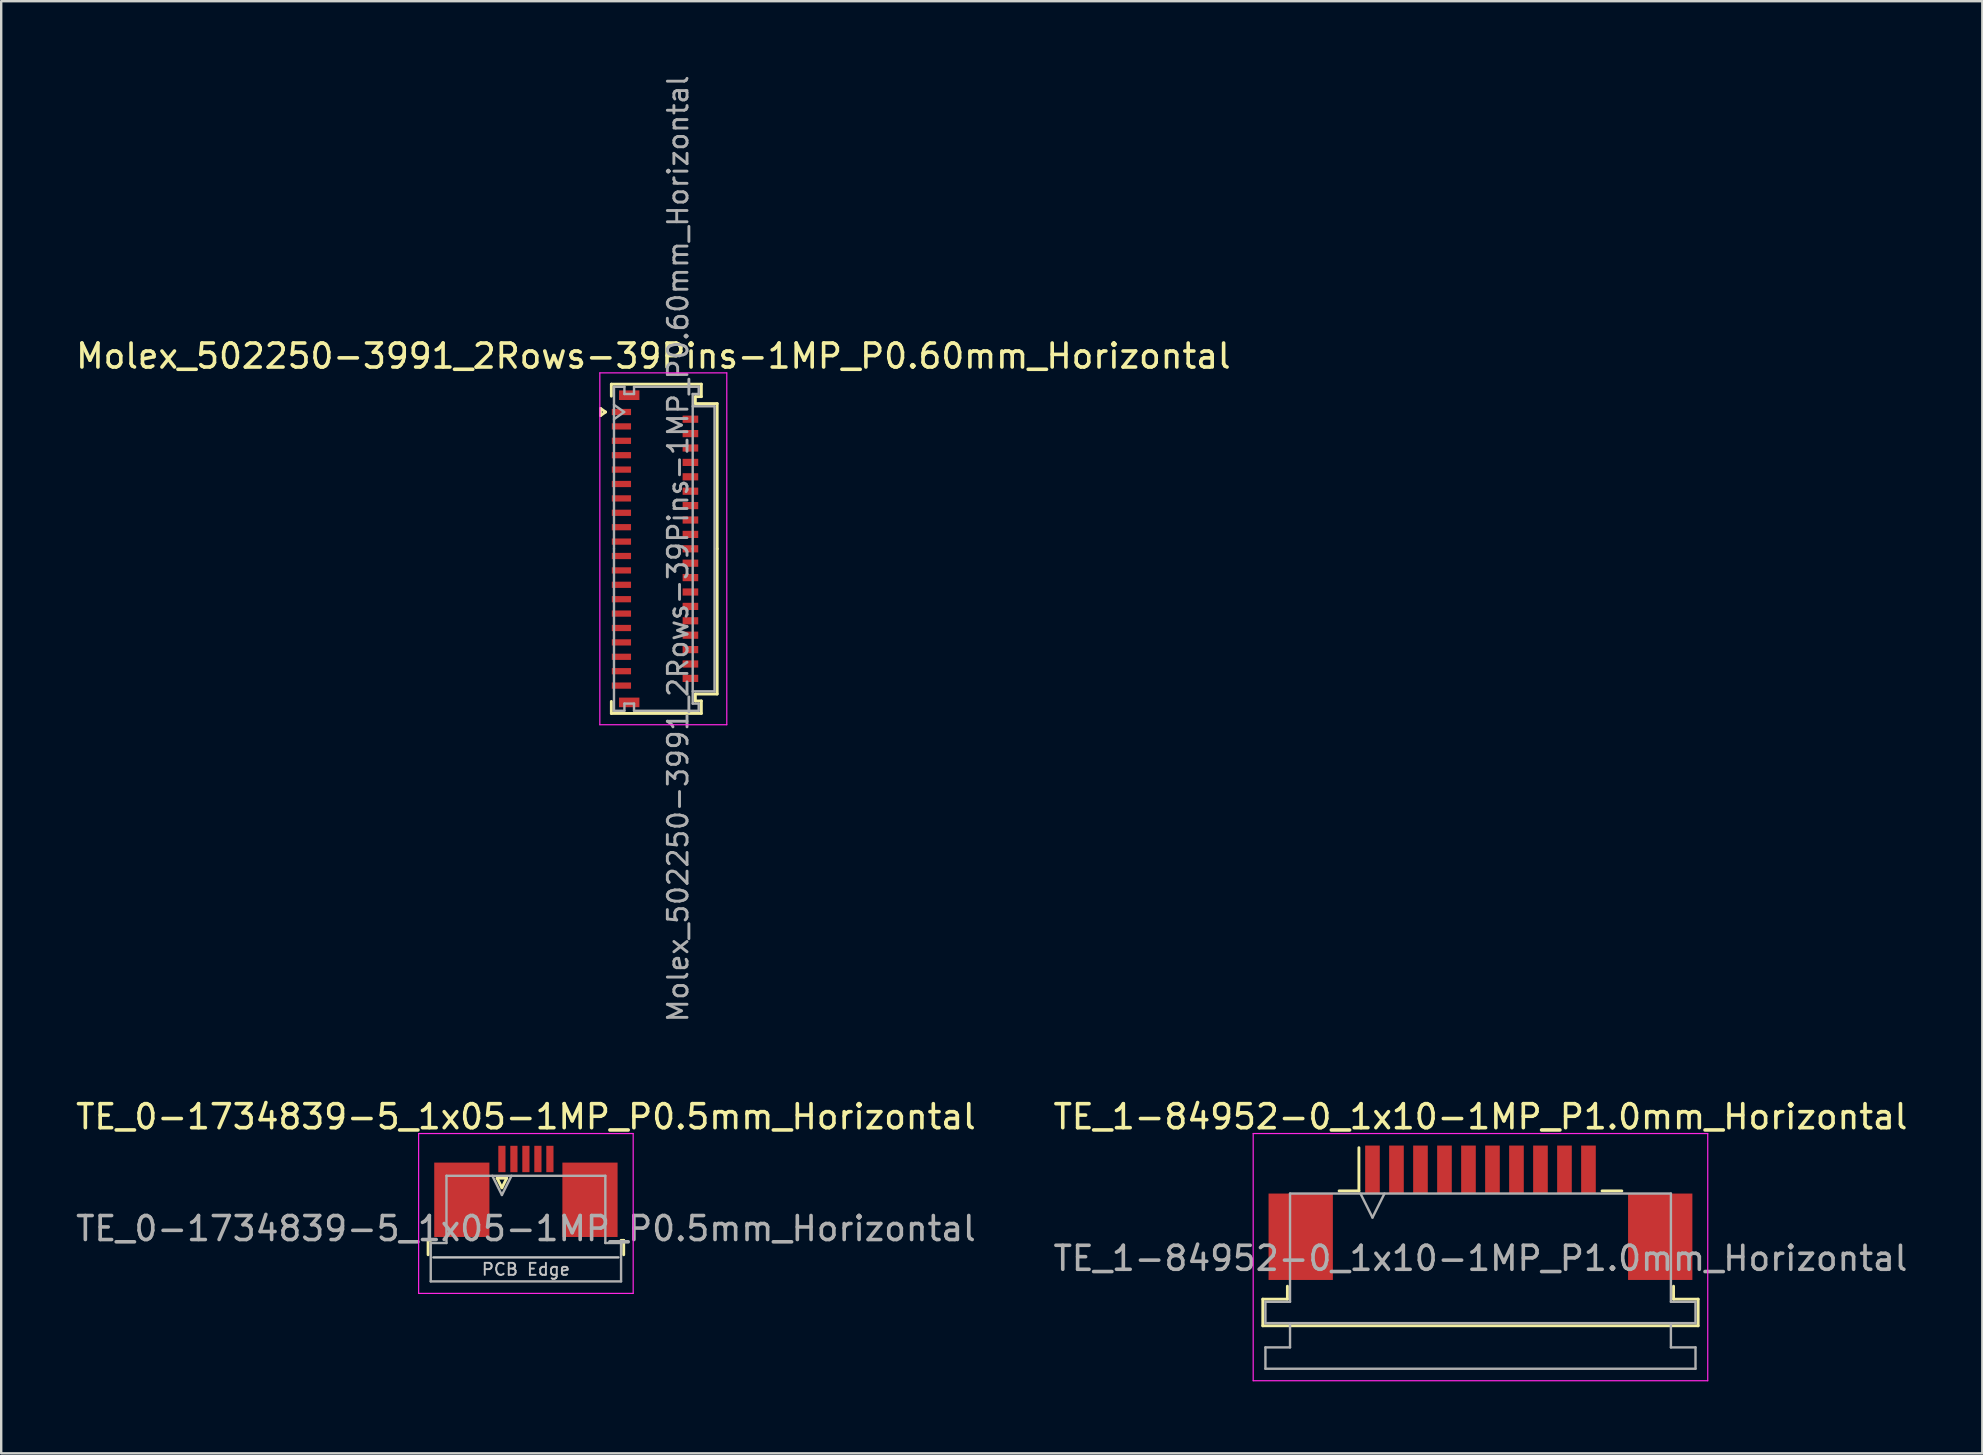
<source format=kicad_pcb>
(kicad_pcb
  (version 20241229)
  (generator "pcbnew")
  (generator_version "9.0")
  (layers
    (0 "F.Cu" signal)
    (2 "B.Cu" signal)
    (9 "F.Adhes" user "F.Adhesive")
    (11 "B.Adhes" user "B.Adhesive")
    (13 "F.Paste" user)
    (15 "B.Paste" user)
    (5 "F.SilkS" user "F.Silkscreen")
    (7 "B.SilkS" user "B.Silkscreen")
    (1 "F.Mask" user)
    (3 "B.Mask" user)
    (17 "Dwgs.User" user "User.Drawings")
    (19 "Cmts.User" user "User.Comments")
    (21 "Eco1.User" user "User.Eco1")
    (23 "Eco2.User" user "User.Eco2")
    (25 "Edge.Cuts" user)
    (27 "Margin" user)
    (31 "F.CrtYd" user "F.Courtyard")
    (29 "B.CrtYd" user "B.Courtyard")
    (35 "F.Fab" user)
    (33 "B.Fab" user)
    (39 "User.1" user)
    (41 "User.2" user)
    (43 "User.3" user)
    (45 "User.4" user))
  (footprint "TE_0-1734839-5_1x05-1MP_P0.5mm_Horizontal"
    (layer "F.Cu")
    (at 18.863 46.592)
    (property "Reference" "TE_0-1734839-5_1x05-1MP_P0.5mm_Horizontal" (at 0 -3.11 0) (layer "F.SilkS") (effects (font (size 1 1) (thickness 0.15))))
    (attr smd)
    (fp_line (start -4.075 2.04) (end -4.075 2.64) (stroke (width 0.12) (type solid)) (layer "F.SilkS"))
    (fp_line (start -3.965 2.04) (end -4.075 2.04) (stroke (width 0.12) (type solid)) (layer "F.SilkS"))
    (fp_line (start -1.2 -0.55) (end -1 -0.15) (stroke (width 0.12) (type solid)) (layer "F.SilkS"))
    (fp_line (start -1 -0.15) (end -0.8 -0.55) (stroke (width 0.12) (type solid)) (layer "F.SilkS"))
    (fp_line (start -0.8 -0.55) (end -1.2 -0.55) (stroke (width 0.12) (type solid)) (layer "F.SilkS"))
    (fp_line (start 3.965 2.04) (end 4.075 2.04) (stroke (width 0.12) (type solid)) (layer "F.SilkS"))
    (fp_line (start 4.075 2.04) (end 4.075 2.64) (stroke (width 0.12) (type solid)) (layer "F.SilkS"))
    (fp_line (start 3.855 2.75) (end -3.855 2.75) (stroke (width 0.1) (type solid)) (layer "Dwgs.User"))
    (fp_line (start -4.47 -2.41) (end -4.47 4.25) (stroke (width 0.05) (type solid)) (layer "F.CrtYd"))
    (fp_line (start -4.47 4.25) (end 4.47 4.25) (stroke (width 0.05) (type solid)) (layer "F.CrtYd"))
    (fp_line (start 4.47 -2.41) (end -4.47 -2.41) (stroke (width 0.05) (type solid)) (layer "F.CrtYd"))
    (fp_line (start 4.47 4.25) (end 4.47 -2.41) (stroke (width 0.05) (type solid)) (layer "F.CrtYd"))
    (fp_line (start -3.965 2.15) (end -3.31 2.15) (stroke (width 0.1) (type solid)) (layer "F.Fab"))
    (fp_line (start -3.965 3.75) (end -3.965 2.15) (stroke (width 0.1) (type solid)) (layer "F.Fab"))
    (fp_line (start -3.31 -0.65) (end 3.31 -0.65) (stroke (width 0.1) (type solid)) (layer "F.Fab"))
    (fp_line (start -3.31 2.15) (end -3.31 -0.65) (stroke (width 0.1) (type solid)) (layer "F.Fab"))
    (fp_line (start -1.4 -0.65) (end -1 0.15) (stroke (width 0.1) (type solid)) (layer "F.Fab"))
    (fp_line (start -1 0.15) (end -0.6 -0.65) (stroke (width 0.1) (type solid)) (layer "F.Fab"))
    (fp_line (start 3.31 -0.65) (end 3.31 2.15) (stroke (width 0.1) (type solid)) (layer "F.Fab"))
    (fp_line (start 3.31 2.15) (end 3.965 2.15) (stroke (width 0.1) (type solid)) (layer "F.Fab"))
    (fp_line (start 3.965 2.15) (end 3.965 3.75) (stroke (width 0.1) (type solid)) (layer "F.Fab"))
    (fp_line (start 3.965 3.75) (end -3.965 3.75) (stroke (width 0.1) (type solid)) (layer "F.Fab"))
    (fp_text user "PCB Edge" (at 0 3.25 0) (layer "Dwgs.User") (effects (font (size 0.5 0.5) (thickness 0.08))))
    (fp_text user "${REFERENCE}" (at 0 1.55 0) (layer "F.Fab") (effects (font (size 1 1) (thickness 0.15))))
    (pad "1" smd rect (at -1 -1.35) (size 0.3 1.1) (layers "F.Cu" "F.Mask" "F.Paste"))
    (pad "2" smd rect (at -0.5 -1.35) (size 0.3 1.1) (layers "F.Cu" "F.Mask" "F.Paste"))
    (pad "3" smd rect (at 0 -1.35) (size 0.3 1.1) (layers "F.Cu" "F.Mask" "F.Paste"))
    (pad "4" smd rect (at 0.5 -1.35) (size 0.3 1.1) (layers "F.Cu" "F.Mask" "F.Paste"))
    (pad "5" smd rect (at 1 -1.35) (size 0.3 1.1) (layers "F.Cu" "F.Mask" "F.Paste"))
    (pad "MP" smd rect (at -2.67 0.35) (size 2.3 3.1) (layers "F.Cu" "F.Mask" "F.Paste"))
    (pad "MP" smd rect (at 2.67 0.35) (size 2.3 3.1) (layers "F.Cu" "F.Mask" "F.Paste")))
  (footprint "Molex_502250-3991_2Rows-39Pins-1MP_P0.60mm_Horizontal"
    (layer "F.Cu")
    (at 24.243 19.817)
    (property "Reference" "Molex_502250-3991_2Rows-39Pins-1MP_P0.60mm_Horizontal" (at -0.07 -8.03 0) (layer "F.SilkS") (effects (font (size 1 1) (thickness 0.15))))
    (attr smd)
    (fp_line (start -2.272 -5.85) (end -2.06 -5.7) (stroke (width 0.12) (type solid)) (layer "F.SilkS"))
    (fp_line (start -2.272 -5.55) (end -2.272 -5.85) (stroke (width 0.12) (type solid)) (layer "F.SilkS"))
    (fp_line (start -2.06 -5.7) (end -2.272 -5.55) (stroke (width 0.12) (type solid)) (layer "F.SilkS"))
    (fp_line (start -1.82 -6.86) (end 1.93 -6.86) (stroke (width 0.12) (type solid)) (layer "F.SilkS"))
    (fp_line (start -1.82 -6.36) (end -1.82 -6.86) (stroke (width 0.12) (type solid)) (layer "F.SilkS"))
    (fp_line (start -1.82 6.36) (end -1.82 6.86) (stroke (width 0.12) (type solid)) (layer "F.SilkS"))
    (fp_line (start -1.82 6.86) (end 1.93 6.86) (stroke (width 0.12) (type solid)) (layer "F.SilkS"))
    (fp_line (start 1.68 -6.34) (end 1.68 -6.05) (stroke (width 0.12) (type solid)) (layer "F.SilkS"))
    (fp_line (start 1.68 -6.05) (end 2.59 -6.05) (stroke (width 0.12) (type solid)) (layer "F.SilkS"))
    (fp_line (start 1.68 6.05) (end 2.59 6.05) (stroke (width 0.12) (type solid)) (layer "F.SilkS"))
    (fp_line (start 1.68 6.34) (end 1.68 6.05) (stroke (width 0.12) (type solid)) (layer "F.SilkS"))
    (fp_line (start 1.93 -6.86) (end 1.93 -6.34) (stroke (width 0.12) (type solid)) (layer "F.SilkS"))
    (fp_line (start 1.93 -6.34) (end 1.68 -6.34) (stroke (width 0.12) (type solid)) (layer "F.SilkS"))
    (fp_line (start 1.93 6.34) (end 1.68 6.34) (stroke (width 0.12) (type solid)) (layer "F.SilkS"))
    (fp_line (start 1.93 6.86) (end 1.93 6.34) (stroke (width 0.12) (type solid)) (layer "F.SilkS"))
    (fp_line (start 2.59 -6.05) (end 2.59 0) (stroke (width 0.12) (type solid)) (layer "F.SilkS"))
    (fp_line (start 2.59 6.05) (end 2.59 0) (stroke (width 0.12) (type solid)) (layer "F.SilkS"))
    (fp_line (start -2.3 -7.33) (end -2.3 7.33) (stroke (width 0.05) (type solid)) (layer "F.CrtYd"))
    (fp_line (start -2.3 7.33) (end 2.99 7.33) (stroke (width 0.05) (type solid)) (layer "F.CrtYd"))
    (fp_line (start 2.99 -7.33) (end -2.3 -7.33) (stroke (width 0.05) (type solid)) (layer "F.CrtYd"))
    (fp_line (start 2.99 7.33) (end 2.99 -7.33) (stroke (width 0.05) (type solid)) (layer "F.CrtYd"))
    (fp_line (start -1.71 -6.75) (end -1.275 -6.75) (stroke (width 0.1) (type solid)) (layer "F.Fab"))
    (fp_line (start -1.71 -6) (end -1.286 -5.7) (stroke (width 0.1) (type solid)) (layer "F.Fab"))
    (fp_line (start -1.71 0) (end -1.71 -6.75) (stroke (width 0.1) (type solid)) (layer "F.Fab"))
    (fp_line (start -1.71 0) (end -1.71 6.75) (stroke (width 0.1) (type solid)) (layer "F.Fab"))
    (fp_line (start -1.71 6.75) (end -1.275 6.75) (stroke (width 0.1) (type solid)) (layer "F.Fab"))
    (fp_line (start -1.286 -5.7) (end -1.71 -5.4) (stroke (width 0.1) (type solid)) (layer "F.Fab"))
    (fp_line (start -1.275 -6.75) (end -1.275 -6.45) (stroke (width 0.1) (type solid)) (layer "F.Fab"))
    (fp_line (start -1.275 -6.45) (end -0.875 -6.45) (stroke (width 0.1) (type solid)) (layer "F.Fab"))
    (fp_line (start -1.275 6.45) (end -0.875 6.45) (stroke (width 0.1) (type solid)) (layer "F.Fab"))
    (fp_line (start -1.275 6.75) (end -1.275 6.45) (stroke (width 0.1) (type solid)) (layer "F.Fab"))
    (fp_line (start -0.875 -6.75) (end 1.82 -6.75) (stroke (width 0.1) (type solid)) (layer "F.Fab"))
    (fp_line (start -0.875 -6.45) (end -0.875 -6.75) (stroke (width 0.1) (type solid)) (layer "F.Fab"))
    (fp_line (start -0.875 6.45) (end -0.875 6.75) (stroke (width 0.1) (type solid)) (layer "F.Fab"))
    (fp_line (start -0.875 6.75) (end 1.82 6.75) (stroke (width 0.1) (type solid)) (layer "F.Fab"))
    (fp_line (start 1.57 -6.45) (end 1.57 0) (stroke (width 0.1) (type solid)) (layer "F.Fab"))
    (fp_line (start 1.57 -5.94) (end 2.48 -5.94) (stroke (width 0.1) (type solid)) (layer "F.Fab"))
    (fp_line (start 1.57 6.45) (end 1.57 0) (stroke (width 0.1) (type solid)) (layer "F.Fab"))
    (fp_line (start 1.82 -6.75) (end 1.82 -6.45) (stroke (width 0.1) (type solid)) (layer "F.Fab"))
    (fp_line (start 1.82 -6.45) (end 1.57 -6.45) (stroke (width 0.1) (type solid)) (layer "F.Fab"))
    (fp_line (start 1.82 6.45) (end 1.57 6.45) (stroke (width 0.1) (type solid)) (layer "F.Fab"))
    (fp_line (start 1.82 6.75) (end 1.82 6.45) (stroke (width 0.1) (type solid)) (layer "F.Fab"))
    (fp_line (start 2.48 -5.94) (end 2.48 5.94) (stroke (width 0.1) (type solid)) (layer "F.Fab"))
    (fp_line (start 2.48 5.94) (end 1.57 5.94) (stroke (width 0.1) (type solid)) (layer "F.Fab"))
    (fp_text user "${REFERENCE}" (at 0.96 0 90) (layer "F.Fab") (effects (font (size 0.82 0.82) (thickness 0.12))))
    (pad "1" smd rect (at -1.4 -5.7) (size 0.8 0.26) (layers "F.Cu" "F.Mask" "F.Paste"))
    (pad "2" smd rect (at 1.475 -5.4) (size 0.65 0.3) (layers "F.Cu" "F.Mask" "F.Paste"))
    (pad "3" smd rect (at -1.4 -5.1) (size 0.8 0.26) (layers "F.Cu" "F.Mask" "F.Paste"))
    (pad "4" smd rect (at 1.475 -4.8) (size 0.65 0.3) (layers "F.Cu" "F.Mask" "F.Paste"))
    (pad "5" smd rect (at -1.4 -4.5) (size 0.8 0.26) (layers "F.Cu" "F.Mask" "F.Paste"))
    (pad "6" smd rect (at 1.475 -4.2) (size 0.65 0.3) (layers "F.Cu" "F.Mask" "F.Paste"))
    (pad "7" smd rect (at -1.4 -3.9) (size 0.8 0.26) (layers "F.Cu" "F.Mask" "F.Paste"))
    (pad "8" smd rect (at 1.475 -3.6) (size 0.65 0.3) (layers "F.Cu" "F.Mask" "F.Paste"))
    (pad "9" smd rect (at -1.4 -3.3) (size 0.8 0.26) (layers "F.Cu" "F.Mask" "F.Paste"))
    (pad "10" smd rect (at 1.475 -3) (size 0.65 0.3) (layers "F.Cu" "F.Mask" "F.Paste"))
    (pad "11" smd rect (at -1.4 -2.7) (size 0.8 0.26) (layers "F.Cu" "F.Mask" "F.Paste"))
    (pad "12" smd rect (at 1.475 -2.4) (size 0.65 0.3) (layers "F.Cu" "F.Mask" "F.Paste"))
    (pad "13" smd rect (at -1.4 -2.1) (size 0.8 0.26) (layers "F.Cu" "F.Mask" "F.Paste"))
    (pad "14" smd rect (at 1.475 -1.8) (size 0.65 0.3) (layers "F.Cu" "F.Mask" "F.Paste"))
    (pad "15" smd rect (at -1.4 -1.5) (size 0.8 0.26) (layers "F.Cu" "F.Mask" "F.Paste"))
    (pad "16" smd rect (at 1.475 -1.2) (size 0.65 0.3) (layers "F.Cu" "F.Mask" "F.Paste"))
    (pad "17" smd rect (at -1.4 -0.9) (size 0.8 0.26) (layers "F.Cu" "F.Mask" "F.Paste"))
    (pad "18" smd rect (at 1.475 -0.6) (size 0.65 0.3) (layers "F.Cu" "F.Mask" "F.Paste"))
    (pad "19" smd rect (at -1.4 -0.3) (size 0.8 0.26) (layers "F.Cu" "F.Mask" "F.Paste"))
    (pad "20" smd rect (at 1.475 0) (size 0.65 0.3) (layers "F.Cu" "F.Mask" "F.Paste"))
    (pad "21" smd rect (at -1.4 0.3) (size 0.8 0.26) (layers "F.Cu" "F.Mask" "F.Paste"))
    (pad "22" smd rect (at 1.475 0.6) (size 0.65 0.3) (layers "F.Cu" "F.Mask" "F.Paste"))
    (pad "23" smd rect (at -1.4 0.9) (size 0.8 0.26) (layers "F.Cu" "F.Mask" "F.Paste"))
    (pad "24" smd rect (at 1.475 1.2) (size 0.65 0.3) (layers "F.Cu" "F.Mask" "F.Paste"))
    (pad "25" smd rect (at -1.4 1.5) (size 0.8 0.26) (layers "F.Cu" "F.Mask" "F.Paste"))
    (pad "26" smd rect (at 1.475 1.8) (size 0.65 0.3) (layers "F.Cu" "F.Mask" "F.Paste"))
    (pad "27" smd rect (at -1.4 2.1) (size 0.8 0.26) (layers "F.Cu" "F.Mask" "F.Paste"))
    (pad "28" smd rect (at 1.475 2.4) (size 0.65 0.3) (layers "F.Cu" "F.Mask" "F.Paste"))
    (pad "29" smd rect (at -1.4 2.7) (size 0.8 0.26) (layers "F.Cu" "F.Mask" "F.Paste"))
    (pad "30" smd rect (at 1.475 3) (size 0.65 0.3) (layers "F.Cu" "F.Mask" "F.Paste"))
    (pad "31" smd rect (at -1.4 3.3) (size 0.8 0.26) (layers "F.Cu" "F.Mask" "F.Paste"))
    (pad "32" smd rect (at 1.475 3.6) (size 0.65 0.3) (layers "F.Cu" "F.Mask" "F.Paste"))
    (pad "33" smd rect (at -1.4 3.9) (size 0.8 0.26) (layers "F.Cu" "F.Mask" "F.Paste"))
    (pad "34" smd rect (at 1.475 4.2) (size 0.65 0.3) (layers "F.Cu" "F.Mask" "F.Paste"))
    (pad "35" smd rect (at -1.4 4.5) (size 0.8 0.26) (layers "F.Cu" "F.Mask" "F.Paste"))
    (pad "36" smd rect (at 1.475 4.8) (size 0.65 0.3) (layers "F.Cu" "F.Mask" "F.Paste"))
    (pad "37" smd rect (at -1.4 5.1) (size 0.8 0.26) (layers "F.Cu" "F.Mask" "F.Paste"))
    (pad "38" smd rect (at 1.475 5.4) (size 0.65 0.3) (layers "F.Cu" "F.Mask" "F.Paste"))
    (pad "39" smd rect (at -1.4 5.7) (size 0.8 0.26) (layers "F.Cu" "F.Mask" "F.Paste"))
    (pad "MP" smd rect (at -1.075 -6.4) (size 0.85 0.4) (layers "F.Cu" "F.Mask" "F.Paste"))
    (pad "MP" smd rect (at -1.075 6.4) (size 0.85 0.4) (layers "F.Cu" "F.Mask" "F.Paste")))
  (footprint "TE_1-84952-0_1x10-1MP_P1.0mm_Horizontal"
    (layer "F.Cu")
    (at 58.637 47.482)
    (property "Reference" "TE_1-84952-0_1x10-1MP_P1.0mm_Horizontal" (at 0 -4 0) (layer "F.SilkS") (effects (font (size 1 1) (thickness 0.15))))
    (attr smd)
    (fp_line (start -9.07 3.6) (end -8.045 3.6) (stroke (width 0.12) (type solid)) (layer "F.SilkS"))
    (fp_line (start -9.07 4.71) (end -9.07 3.6) (stroke (width 0.12) (type solid)) (layer "F.SilkS"))
    (fp_line (start -8.045 3.6) (end -8.045 3.06) (stroke (width 0.12) (type solid)) (layer "F.SilkS"))
    (fp_line (start -5.89 -0.91) (end -5.065 -0.91) (stroke (width 0.12) (type solid)) (layer "F.SilkS"))
    (fp_line (start -5.065 -0.91) (end -5.065 -2.71) (stroke (width 0.12) (type solid)) (layer "F.SilkS"))
    (fp_line (start 5.065 -0.91) (end 5.89 -0.91) (stroke (width 0.12) (type solid)) (layer "F.SilkS"))
    (fp_line (start 8.045 3.06) (end 8.045 3.6) (stroke (width 0.12) (type solid)) (layer "F.SilkS"))
    (fp_line (start 8.045 3.6) (end 9.07 3.6) (stroke (width 0.12) (type solid)) (layer "F.SilkS"))
    (fp_line (start 9.07 3.6) (end 9.07 4.71) (stroke (width 0.12) (type solid)) (layer "F.SilkS"))
    (fp_line (start 9.07 4.71) (end -9.07 4.71) (stroke (width 0.12) (type solid)) (layer "F.SilkS"))
    (fp_line (start -9.47 -3.3) (end -9.47 7) (stroke (width 0.05) (type solid)) (layer "F.CrtYd"))
    (fp_line (start -9.47 7) (end 9.47 7) (stroke (width 0.05) (type solid)) (layer "F.CrtYd"))
    (fp_line (start 9.47 -3.3) (end -9.47 -3.3) (stroke (width 0.05) (type solid)) (layer "F.CrtYd"))
    (fp_line (start 9.47 7) (end 9.47 -3.3) (stroke (width 0.05) (type solid)) (layer "F.CrtYd"))
    (fp_line (start -8.96 3.71) (end -7.935 3.71) (stroke (width 0.1) (type solid)) (layer "F.Fab"))
    (fp_line (start -8.96 4.6) (end -8.96 3.71) (stroke (width 0.1) (type solid)) (layer "F.Fab"))
    (fp_line (start -8.96 5.61) (end -7.935 5.61) (stroke (width 0.1) (type solid)) (layer "F.Fab"))
    (fp_line (start -8.96 6.5) (end -8.96 5.61) (stroke (width 0.1) (type solid)) (layer "F.Fab"))
    (fp_line (start -7.935 -0.8) (end 7.935 -0.8) (stroke (width 0.1) (type solid)) (layer "F.Fab"))
    (fp_line (start -7.935 3.71) (end -7.935 -0.8) (stroke (width 0.1) (type solid)) (layer "F.Fab"))
    (fp_line (start -7.935 5.61) (end -7.935 4.6) (stroke (width 0.1) (type solid)) (layer "F.Fab"))
    (fp_line (start -5 -0.8) (end -4.5 0.2) (stroke (width 0.1) (type solid)) (layer "F.Fab"))
    (fp_line (start -4.5 0.2) (end -4 -0.8) (stroke (width 0.1) (type solid)) (layer "F.Fab"))
    (fp_line (start 7.935 -0.8) (end 7.935 3.71) (stroke (width 0.1) (type solid)) (layer "F.Fab"))
    (fp_line (start 7.935 3.71) (end 8.96 3.71) (stroke (width 0.1) (type solid)) (layer "F.Fab"))
    (fp_line (start 7.935 4.6) (end 7.935 5.61) (stroke (width 0.1) (type solid)) (layer "F.Fab"))
    (fp_line (start 7.935 5.61) (end 8.96 5.61) (stroke (width 0.1) (type solid)) (layer "F.Fab"))
    (fp_line (start 8.96 3.71) (end 8.96 4.6) (stroke (width 0.1) (type solid)) (layer "F.Fab"))
    (fp_line (start 8.96 4.6) (end -8.96 4.6) (stroke (width 0.1) (type solid)) (layer "F.Fab"))
    (fp_line (start 8.96 5.61) (end 8.96 6.5) (stroke (width 0.1) (type solid)) (layer "F.Fab"))
    (fp_line (start 8.96 6.5) (end -8.96 6.5) (stroke (width 0.1) (type solid)) (layer "F.Fab"))
    (fp_text user "${REFERENCE}" (at 0 1.9 0) (layer "F.Fab") (effects (font (size 1 1) (thickness 0.15))))
    (pad "1" smd rect (at -4.5 -1.8) (size 0.61 2) (layers "F.Cu" "F.Mask" "F.Paste"))
    (pad "2" smd rect (at -3.5 -1.8) (size 0.61 2) (layers "F.Cu" "F.Mask" "F.Paste"))
    (pad "3" smd rect (at -2.5 -1.8) (size 0.61 2) (layers "F.Cu" "F.Mask" "F.Paste"))
    (pad "4" smd rect (at -1.5 -1.8) (size 0.61 2) (layers "F.Cu" "F.Mask" "F.Paste"))
    (pad "5" smd rect (at -0.5 -1.8) (size 0.61 2) (layers "F.Cu" "F.Mask" "F.Paste"))
    (pad "6" smd rect (at 0.5 -1.8) (size 0.61 2) (layers "F.Cu" "F.Mask" "F.Paste"))
    (pad "7" smd rect (at 1.5 -1.8) (size 0.61 2) (layers "F.Cu" "F.Mask" "F.Paste"))
    (pad "8" smd rect (at 2.5 -1.8) (size 0.61 2) (layers "F.Cu" "F.Mask" "F.Paste"))
    (pad "9" smd rect (at 3.5 -1.8) (size 0.61 2) (layers "F.Cu" "F.Mask" "F.Paste"))
    (pad "10" smd rect (at 4.5 -1.8) (size 0.61 2) (layers "F.Cu" "F.Mask" "F.Paste"))
    (pad "MP" smd rect (at -7.49 1) (size 2.68 3.6) (layers "F.Cu" "F.Mask" "F.Paste"))
    (pad "MP" smd rect (at 7.49 1) (size 2.68 3.6) (layers "F.Cu" "F.Mask" "F.Paste")))
  (gr_rect
    (start -3 -3)
    (end 79.548 57.507)
    (stroke (width 0.1) (type default))
    (fill no)
    (layer "Edge.Cuts")))
</source>
